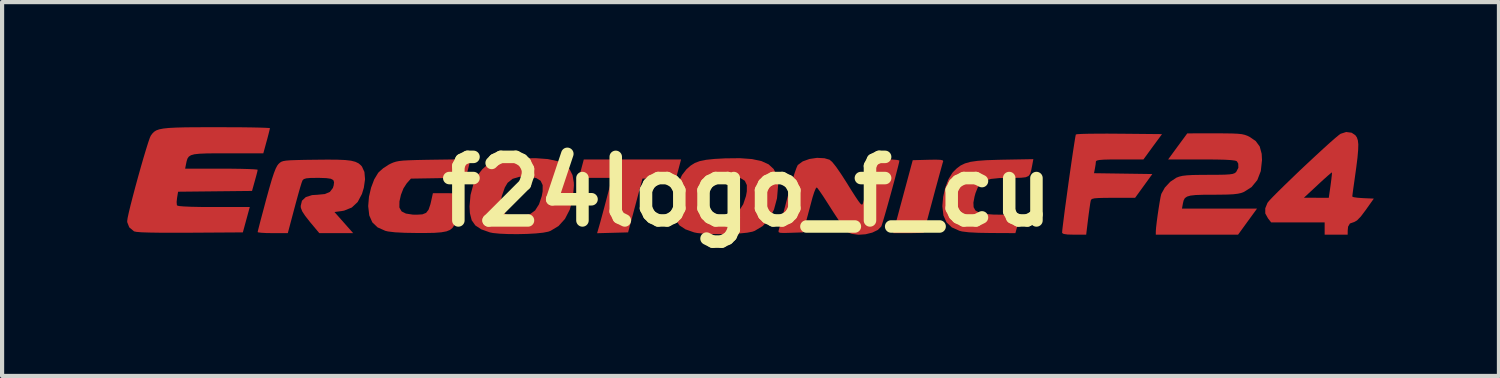
<source format=kicad_pcb>
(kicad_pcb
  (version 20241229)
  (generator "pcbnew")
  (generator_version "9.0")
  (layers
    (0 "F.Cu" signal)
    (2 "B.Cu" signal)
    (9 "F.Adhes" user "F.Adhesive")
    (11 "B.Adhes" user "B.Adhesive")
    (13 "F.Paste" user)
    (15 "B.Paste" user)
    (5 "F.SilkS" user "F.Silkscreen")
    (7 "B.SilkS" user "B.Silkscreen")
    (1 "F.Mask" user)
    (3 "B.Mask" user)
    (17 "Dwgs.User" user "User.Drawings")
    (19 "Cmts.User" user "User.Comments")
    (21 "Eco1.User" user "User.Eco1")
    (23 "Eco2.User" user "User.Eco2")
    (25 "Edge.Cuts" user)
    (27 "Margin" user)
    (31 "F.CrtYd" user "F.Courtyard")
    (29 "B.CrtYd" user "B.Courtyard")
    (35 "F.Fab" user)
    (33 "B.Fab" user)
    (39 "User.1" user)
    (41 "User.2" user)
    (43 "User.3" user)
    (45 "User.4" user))
  (footprint "f24logo_f_cu"
    (layer "F.Cu")
    (at 14.871 1.546)
    (property "Reference" "f24logo_f_cu" (at 0 0 0) (layer "F.SilkS") (effects (font (size 1.524 1.524) (thickness 0.3))))
    (attr board_only exclude_from_pos_files exclude_from_bom)
    (fp_poly (pts (xy -1.649 -0.553) (xy -1.708 -0.334) (xy -2.112 -0.323) (xy -2.516 -0.313) (xy -2.688 0.331) (xy -2.861 0.976) (xy -3.233 0.986) (xy -3.604 0.996) (xy -3.553 0.82) (xy -3.524 0.718) (xy -3.482 0.563) (xy -3.432 0.378) (xy -3.38 0.181) (xy -3.374 0.156) (xy -3.245 -0.331) (xy -4.042 -0.331) (xy -3.982 -0.552) (xy -3.923 -0.773) (xy -1.591 -0.773)) (stroke (width 0) (type solid)) (fill yes) (layer "F.Cu"))
    (fp_poly (pts (xy 4.623 -0.764) (xy 4.68 -0.753) (xy 4.695 -0.733) (xy 4.694 -0.728) (xy 4.679 -0.68) (xy 4.65 -0.574) (xy 4.608 -0.423) (xy 4.558 -0.239) (xy 4.502 -0.035) (xy 4.445 0.179) (xy 4.388 0.39) (xy 4.336 0.586) (xy 4.291 0.754) (xy 4.257 0.883) (xy 4.237 0.961) (xy 4.233 0.978) (xy 4.199 0.985) (xy 4.107 0.99) (xy 3.972 0.993) (xy 3.865 0.994) (xy 3.496 0.994) (xy 3.519 0.901) (xy 3.535 0.839) (xy 3.567 0.718) (xy 3.613 0.549) (xy 3.667 0.345) (xy 3.729 0.117) (xy 3.753 0.027) (xy 3.964 -0.755) (xy 4.337 -0.765) (xy 4.512 -0.768)) (stroke (width 0) (type solid)) (fill yes) (layer "F.Cu"))
    (fp_poly (pts (xy 6.831 -0.644) (xy 6.806 -0.516) (xy 6.781 -0.429) (xy 6.74 -0.375) (xy 6.672 -0.346) (xy 6.563 -0.334) (xy 6.401 -0.331) (xy 6.295 -0.331) (xy 6.037 -0.326) (xy 5.842 -0.306) (xy 5.698 -0.265) (xy 5.595 -0.199) (xy 5.523 -0.1) (xy 5.469 0.035) (xy 5.446 0.119) (xy 5.419 0.263) (xy 5.424 0.372) (xy 5.467 0.45) (xy 5.556 0.503) (xy 5.699 0.534) (xy 5.902 0.549) (xy 6.112 0.552) (xy 6.545 0.552) (xy 6.486 0.773) (xy 6.426 0.994) (xy 5.836 0.991) (xy 5.541 0.986) (xy 5.31 0.974) (xy 5.147 0.954) (xy 5.086 0.939) (xy 4.901 0.856) (xy 4.774 0.735) (xy 4.7 0.569) (xy 4.675 0.352) (xy 4.675 0.337) (xy 4.694 0.122) (xy 4.744 -0.097) (xy 4.819 -0.295) (xy 4.912 -0.448) (xy 4.931 -0.471) (xy 5.02 -0.559) (xy 5.111 -0.627) (xy 5.217 -0.678) (xy 5.348 -0.715) (xy 5.515 -0.739) (xy 5.73 -0.755) (xy 6.002 -0.764) (xy 6.125 -0.767) (xy 6.856 -0.78)) (stroke (width 0) (type solid)) (fill yes) (layer "F.Cu"))
    (fp_poly (pts (xy 8.893 -1.39) (xy 8.921 -1.39) (xy 9.941 -1.38) (xy 9.718 -1.077) (xy 9.496 -0.773) (xy 8.926 -0.773) (xy 8.703 -0.772) (xy 8.544 -0.768) (xy 8.439 -0.76) (xy 8.381 -0.747) (xy 8.358 -0.73) (xy 8.356 -0.722) (xy 8.349 -0.652) (xy 8.333 -0.558) (xy 8.311 -0.443) (xy 9.01 -0.433) (xy 9.709 -0.423) (xy 9.503 -0.138) (xy 9.296 0.147) (xy 8.773 0.147) (xy 8.566 0.148) (xy 8.42 0.152) (xy 8.325 0.159) (xy 8.27 0.172) (xy 8.242 0.191) (xy 8.233 0.212) (xy 8.221 0.274) (xy 8.204 0.391) (xy 8.183 0.543) (xy 8.169 0.653) (xy 8.123 1.031) (xy 7.835 1.031) (xy 7.676 1.027) (xy 7.582 1.013) (xy 7.546 0.99) (xy 7.546 0.985) (xy 7.55 0.925) (xy 7.564 0.806) (xy 7.585 0.639) (xy 7.611 0.434) (xy 7.643 0.201) (xy 7.677 -0.048) (xy 7.712 -0.303) (xy 7.748 -0.554) (xy 7.782 -0.789) (xy 7.813 -0.998) (xy 7.84 -1.171) (xy 7.86 -1.296) (xy 7.873 -1.363) (xy 7.876 -1.372) (xy 7.918 -1.379) (xy 8.024 -1.385) (xy 8.184 -1.389) (xy 8.389 -1.391) (xy 8.629 -1.392)) (stroke (width 0) (type solid)) (fill yes) (layer "F.Cu"))
    (fp_poly (pts (xy -4.786 -0.782) (xy -4.558 -0.733) (xy -4.387 -0.655) (xy -4.266 -0.543) (xy -4.193 -0.397) (xy -4.162 -0.214) (xy -4.16 -0.147) (xy -4.186 0.159) (xy -4.258 0.427) (xy -4.374 0.652) (xy -4.529 0.824) (xy -4.72 0.939) (xy -4.775 0.959) (xy -4.898 0.983) (xy -5.074 1.001) (xy -5.286 1.013) (xy -5.514 1.018) (xy -5.738 1.016) (xy -5.94 1.007) (xy -6.101 0.991) (xy -6.175 0.976) (xy -6.381 0.903) (xy -6.524 0.809) (xy -6.611 0.685) (xy -6.654 0.516) (xy -6.663 0.355) (xy -6.658 0.295) (xy -5.916 0.295) (xy -5.889 0.435) (xy -5.811 0.529) (xy -5.768 0.552) (xy -5.639 0.58) (xy -5.476 0.584) (xy -5.313 0.566) (xy -5.206 0.535) (xy -5.09 0.449) (xy -4.996 0.301) (xy -4.93 0.104) (xy -4.91 -0.006) (xy -4.909 -0.157) (xy -4.958 -0.261) (xy -5.062 -0.326) (xy -5.228 -0.358) (xy -5.251 -0.36) (xy -5.467 -0.357) (xy -5.631 -0.308) (xy -5.75 -0.212) (xy -5.816 -0.101) (xy -5.892 0.114) (xy -5.916 0.295) (xy -6.658 0.295) (xy -6.639 0.079) (xy -6.57 -0.179) (xy -6.464 -0.4) (xy -6.355 -0.539) (xy -6.259 -0.624) (xy -6.158 -0.688) (xy -6.039 -0.733) (xy -5.887 -0.764) (xy -5.689 -0.785) (xy -5.431 -0.799) (xy -5.428 -0.799) (xy -5.074 -0.803)) (stroke (width 0) (type solid)) (fill yes) (layer "F.Cu"))
    (fp_poly (pts (xy 0.11 -0.782) (xy 0.338 -0.733) (xy 0.509 -0.655) (xy 0.63 -0.543) (xy 0.703 -0.397) (xy 0.734 -0.214) (xy 0.736 -0.147) (xy 0.71 0.159) (xy 0.638 0.427) (xy 0.522 0.652) (xy 0.367 0.824) (xy 0.176 0.939) (xy 0.121 0.959) (xy -0.002 0.983) (xy -0.179 1.001) (xy -0.39 1.013) (xy -0.618 1.018) (xy -0.842 1.016) (xy -1.044 1.007) (xy -1.205 0.991) (xy -1.279 0.976) (xy -1.485 0.903) (xy -1.628 0.809) (xy -1.715 0.685) (xy -1.758 0.516) (xy -1.767 0.355) (xy -1.762 0.295) (xy -1.02 0.295) (xy -0.993 0.435) (xy -0.915 0.529) (xy -0.872 0.552) (xy -0.743 0.58) (xy -0.58 0.584) (xy -0.417 0.566) (xy -0.31 0.535) (xy -0.194 0.449) (xy -0.1 0.301) (xy -0.034 0.104) (xy -0.014 -0.006) (xy -0.013 -0.157) (xy -0.062 -0.261) (xy -0.166 -0.326) (xy -0.332 -0.358) (xy -0.355 -0.36) (xy -0.571 -0.357) (xy -0.735 -0.308) (xy -0.854 -0.212) (xy -0.92 -0.101) (xy -0.996 0.114) (xy -1.02 0.295) (xy -1.762 0.295) (xy -1.743 0.079) (xy -1.674 -0.179) (xy -1.568 -0.4) (xy -1.459 -0.539) (xy -1.363 -0.624) (xy -1.262 -0.688) (xy -1.143 -0.733) (xy -0.991 -0.764) (xy -0.793 -0.785) (xy -0.535 -0.799) (xy -0.532 -0.799) (xy -0.178 -0.803)) (stroke (width 0) (type solid)) (fill yes) (layer "F.Cu"))
    (fp_poly (pts (xy 14.487 -1.414) (xy 14.576 -1.355) (xy 14.613 -1.302) (xy 14.637 -1.232) (xy 14.648 -1.133) (xy 14.644 -0.998) (xy 14.628 -0.814) (xy 14.598 -0.574) (xy 14.577 -0.424) (xy 14.551 -0.237) (xy 14.528 -0.077) (xy 14.512 0.043) (xy 14.504 0.109) (xy 14.504 0.117) (xy 14.537 0.132) (xy 14.626 0.145) (xy 14.751 0.154) (xy 14.762 0.155) (xy 15.02 0.166) (xy 14.824 0.442) (xy 14.708 0.596) (xy 14.617 0.689) (xy 14.547 0.729) (xy 14.539 0.731) (xy 14.447 0.763) (xy 14.403 0.838) (xy 14.394 0.929) (xy 14.393 1.031) (xy 13.841 1.031) (xy 13.841 0.736) (xy 12.558 0.736) (xy 12.482 0.639) (xy 12.417 0.521) (xy 12.417 0.398) (xy 12.47 0.268) (xy 12.511 0.217) (xy 12.579 0.145) (xy 13.344 0.145) (xy 13.94 0.147) (xy 13.983 -0.153) (xy 14.001 -0.292) (xy 14.013 -0.4) (xy 14.017 -0.457) (xy 14.016 -0.463) (xy 13.987 -0.442) (xy 13.915 -0.381) (xy 13.811 -0.288) (xy 13.685 -0.172) (xy 13.676 -0.163) (xy 13.344 0.145) (xy 12.579 0.145) (xy 12.598 0.125) (xy 12.723 -0.001) (xy 12.878 -0.153) (xy 13.054 -0.323) (xy 13.242 -0.504) (xy 13.436 -0.686) (xy 13.626 -0.863) (xy 13.804 -1.027) (xy 13.962 -1.17) (xy 14.091 -1.283) (xy 14.184 -1.36) (xy 14.223 -1.388) (xy 14.357 -1.431)) (stroke (width 0) (type solid)) (fill yes) (layer "F.Cu"))
    (fp_poly (pts (xy -6.694 -0.557) (xy -6.752 -0.336) (xy -7.41 -0.324) (xy -8.068 -0.313) (xy -8.17 -0.198) (xy -8.247 -0.079) (xy -8.307 0.074) (xy -8.343 0.233) (xy -8.345 0.368) (xy -8.341 0.388) (xy -8.291 0.473) (xy -8.188 0.525) (xy -8.025 0.55) (xy -7.933 0.552) (xy -7.795 0.544) (xy -7.704 0.508) (xy -7.645 0.432) (xy -7.601 0.302) (xy -7.587 0.243) (xy -7.541 0.037) (xy -7.176 0.037) (xy -7.022 0.038) (xy -6.9 0.042) (xy -6.825 0.048) (xy -6.81 0.053) (xy -6.82 0.108) (xy -6.847 0.213) (xy -6.884 0.349) (xy -6.927 0.496) (xy -6.969 0.634) (xy -7.004 0.743) (xy -7.028 0.803) (xy -7.028 0.804) (xy -7.072 0.869) (xy -7.132 0.918) (xy -7.218 0.952) (xy -7.34 0.974) (xy -7.509 0.987) (xy -7.735 0.991) (xy -7.903 0.991) (xy -8.212 0.986) (xy -8.45 0.974) (xy -8.617 0.954) (xy -8.681 0.939) (xy -8.867 0.856) (xy -8.994 0.735) (xy -9.067 0.569) (xy -9.092 0.352) (xy -9.092 0.337) (xy -9.074 0.122) (xy -9.023 -0.097) (xy -8.948 -0.295) (xy -8.856 -0.448) (xy -8.836 -0.471) (xy -8.733 -0.562) (xy -8.602 -0.647) (xy -8.55 -0.674) (xy -8.489 -0.7) (xy -8.426 -0.72) (xy -8.35 -0.735) (xy -8.25 -0.746) (xy -8.116 -0.753) (xy -7.937 -0.759) (xy -7.702 -0.764) (xy -7.506 -0.767) (xy -6.637 -0.779)) (stroke (width 0) (type solid)) (fill yes) (layer "F.Cu"))
    (fp_poly (pts (xy 11.45 -1.398) (xy 11.629 -1.395) (xy 11.76 -1.389) (xy 11.855 -1.379) (xy 11.928 -1.362) (xy 11.991 -1.339) (xy 12.038 -1.316) (xy 12.188 -1.214) (xy 12.284 -1.083) (xy 12.331 -0.909) (xy 12.339 -0.759) (xy 12.31 -0.494) (xy 12.226 -0.278) (xy 12.088 -0.11) (xy 11.909 0.004) (xy 11.84 0.031) (xy 11.759 0.049) (xy 11.651 0.062) (xy 11.505 0.069) (xy 11.305 0.072) (xy 11.17 0.073) (xy 10.928 0.074) (xy 10.75 0.08) (xy 10.624 0.094) (xy 10.541 0.118) (xy 10.489 0.155) (xy 10.46 0.209) (xy 10.442 0.282) (xy 10.442 0.285) (xy 10.42 0.405) (xy 12.22 0.405) (xy 11.992 0.718) (xy 11.765 1.031) (xy 9.792 1.031) (xy 9.793 0.948) (xy 9.799 0.864) (xy 9.814 0.732) (xy 9.835 0.572) (xy 9.86 0.404) (xy 9.885 0.249) (xy 9.907 0.126) (xy 9.924 0.056) (xy 9.924 0.054) (xy 10.009 -0.098) (xy 10.138 -0.237) (xy 10.285 -0.335) (xy 10.353 -0.361) (xy 10.433 -0.38) (xy 10.537 -0.392) (xy 10.679 -0.4) (xy 10.872 -0.403) (xy 11.047 -0.404) (xy 11.276 -0.405) (xy 11.442 -0.408) (xy 11.558 -0.415) (xy 11.634 -0.426) (xy 11.682 -0.443) (xy 11.714 -0.467) (xy 11.719 -0.472) (xy 11.772 -0.572) (xy 11.769 -0.673) (xy 11.736 -0.729) (xy 11.694 -0.745) (xy 11.601 -0.757) (xy 11.451 -0.766) (xy 11.24 -0.771) (xy 10.962 -0.773) (xy 10.89 -0.773) (xy 10.088 -0.773) (xy 10.317 -1.086) (xy 10.547 -1.398) (xy 11.211 -1.399)) (stroke (width 0) (type solid)) (fill yes) (layer "F.Cu"))
    (fp_poly (pts (xy -9.828 -0.767) (xy -9.643 -0.759) (xy -9.504 -0.743) (xy -9.402 -0.717) (xy -9.326 -0.681) (xy -9.269 -0.633) (xy -9.242 -0.602) (xy -9.183 -0.472) (xy -9.168 -0.298) (xy -9.197 -0.095) (xy -9.242 0.054) (xy -9.345 0.248) (xy -9.486 0.38) (xy -9.669 0.454) (xy -9.73 0.465) (xy -9.901 0.488) (xy -9.677 0.741) (xy -9.453 0.994) (xy -10.265 0.994) (xy -10.488 0.727) (xy -10.603 0.581) (xy -10.674 0.473) (xy -10.707 0.388) (xy -10.711 0.343) (xy -10.681 0.217) (xy -10.589 0.13) (xy -10.438 0.082) (xy -10.31 0.074) (xy -10.132 0.057) (xy -10.011 0.005) (xy -9.939 -0.089) (xy -9.92 -0.152) (xy -9.911 -0.228) (xy -9.93 -0.279) (xy -9.989 -0.31) (xy -10.097 -0.325) (xy -10.265 -0.331) (xy -10.315 -0.331) (xy -10.475 -0.329) (xy -10.577 -0.32) (xy -10.635 -0.302) (xy -10.666 -0.273) (xy -10.669 -0.267) (xy -10.69 -0.211) (xy -10.725 -0.097) (xy -10.77 0.061) (xy -10.822 0.251) (xy -10.861 0.396) (xy -11.02 0.994) (xy -11.381 0.994) (xy -11.534 0.992) (xy -11.655 0.985) (xy -11.728 0.976) (xy -11.743 0.969) (xy -11.734 0.927) (xy -11.708 0.825) (xy -11.669 0.674) (xy -11.618 0.484) (xy -11.56 0.266) (xy -11.539 0.186) (xy -11.464 -0.085) (xy -11.403 -0.294) (xy -11.352 -0.448) (xy -11.309 -0.557) (xy -11.271 -0.628) (xy -11.244 -0.663) (xy -11.212 -0.693) (xy -11.178 -0.716) (xy -11.131 -0.733) (xy -11.062 -0.745) (xy -10.96 -0.753) (xy -10.815 -0.758) (xy -10.616 -0.763) (xy -10.371 -0.766) (xy -10.067 -0.769)) (stroke (width 0) (type solid)) (fill yes) (layer "F.Cu"))
    (fp_poly (pts (xy -12.422 -1.545) (xy -12.149 -1.544) (xy -11.909 -1.541) (xy -11.711 -1.537) (xy -11.563 -1.532) (xy -11.473 -1.527) (xy -11.448 -1.523) (xy -11.458 -1.479) (xy -11.482 -1.382) (xy -11.516 -1.252) (xy -11.528 -1.21) (xy -11.607 -0.92) (xy -12.461 -0.92) (xy -12.749 -0.92) (xy -12.972 -0.917) (xy -13.14 -0.91) (xy -13.26 -0.897) (xy -13.342 -0.874) (xy -13.394 -0.84) (xy -13.426 -0.793) (xy -13.446 -0.731) (xy -13.459 -0.669) (xy -13.482 -0.552) (xy -12.613 -0.552) (xy -12.368 -0.551) (xy -12.151 -0.548) (xy -11.97 -0.543) (xy -11.835 -0.537) (xy -11.758 -0.53) (xy -11.743 -0.525) (xy -11.752 -0.477) (xy -11.777 -0.381) (xy -11.811 -0.258) (xy -11.878 -0.018) (xy -13.651 0.001) (xy -13.675 0.147) (xy -13.686 0.248) (xy -13.68 0.32) (xy -13.676 0.33) (xy -13.631 0.344) (xy -13.515 0.354) (xy -13.331 0.362) (xy -13.083 0.367) (xy -12.793 0.368) (xy -11.932 0.368) (xy -12.015 0.672) (xy -12.098 0.976) (xy -13.365 0.984) (xy -13.761 0.985) (xy -14.085 0.984) (xy -14.339 0.98) (xy -14.526 0.974) (xy -14.647 0.964) (xy -14.705 0.952) (xy -14.706 0.952) (xy -14.822 0.855) (xy -14.87 0.732) (xy -14.871 0.702) (xy -14.861 0.63) (xy -14.833 0.501) (xy -14.791 0.326) (xy -14.737 0.117) (xy -14.676 -0.114) (xy -14.61 -0.355) (xy -14.543 -0.594) (xy -14.478 -0.819) (xy -14.418 -1.018) (xy -14.367 -1.181) (xy -14.328 -1.293) (xy -14.306 -1.342) (xy -14.269 -1.393) (xy -14.228 -1.435) (xy -14.175 -1.469) (xy -14.102 -1.495) (xy -14.003 -1.514) (xy -13.87 -1.528) (xy -13.695 -1.537) (xy -13.471 -1.543) (xy -13.191 -1.545) (xy -12.847 -1.546) (xy -12.72 -1.546)) (stroke (width 0) (type solid)) (fill yes) (layer "F.Cu"))
    (fp_poly (pts (xy 1.846 -0.802) (xy 1.969 -0.767) (xy 2.033 -0.713) (xy 2.127 -0.596) (xy 2.247 -0.422) (xy 2.363 -0.242) (xy 2.493 -0.033) (xy 2.591 0.12) (xy 2.661 0.224) (xy 2.708 0.285) (xy 2.739 0.31) (xy 2.758 0.306) (xy 2.771 0.279) (xy 2.774 0.271) (xy 2.795 0.197) (xy 2.83 0.071) (xy 2.873 -0.087) (xy 2.92 -0.257) (xy 2.965 -0.421) (xy 3.002 -0.559) (xy 3.017 -0.617) (xy 3.058 -0.773) (xy 3.351 -0.773) (xy 3.488 -0.77) (xy 3.59 -0.761) (xy 3.641 -0.749) (xy 3.644 -0.745) (xy 3.635 -0.694) (xy 3.608 -0.585) (xy 3.568 -0.431) (xy 3.519 -0.245) (xy 3.464 -0.042) (xy 3.406 0.168) (xy 3.35 0.369) (xy 3.298 0.55) (xy 3.255 0.696) (xy 3.224 0.796) (xy 3.21 0.834) (xy 3.128 0.917) (xy 2.995 0.981) (xy 2.834 1.021) (xy 2.664 1.033) (xy 2.507 1.012) (xy 2.431 0.984) (xy 2.378 0.935) (xy 2.295 0.832) (xy 2.189 0.685) (xy 2.069 0.503) (xy 2.018 0.423) (xy 1.908 0.251) (xy 1.811 0.101) (xy 1.732 -0.014) (xy 1.68 -0.085) (xy 1.662 -0.102) (xy 1.638 -0.075) (xy 1.603 0.009) (xy 1.563 0.133) (xy 1.547 0.192) (xy 1.499 0.372) (xy 1.448 0.563) (xy 1.404 0.724) (xy 1.401 0.736) (xy 1.336 0.976) (xy 1.033 0.986) (xy 0.885 0.99) (xy 0.796 0.987) (xy 0.754 0.975) (xy 0.745 0.95) (xy 0.749 0.931) (xy 0.764 0.876) (xy 0.795 0.762) (xy 0.838 0.601) (xy 0.89 0.405) (xy 0.948 0.185) (xy 0.958 0.147) (xy 1.019 -0.076) (xy 1.079 -0.278) (xy 1.132 -0.447) (xy 1.176 -0.57) (xy 1.206 -0.636) (xy 1.209 -0.64) (xy 1.326 -0.726) (xy 1.487 -0.784) (xy 1.669 -0.811)) (stroke (width 0) (type solid)) (fill yes) (layer "F.Cu")))
  (gr_rect
    (start -3 -3)
    (end 32.891 5.964)
    (stroke (width 0.1) (type default))
    (fill no)
    (layer "Edge.Cuts")))
</source>
